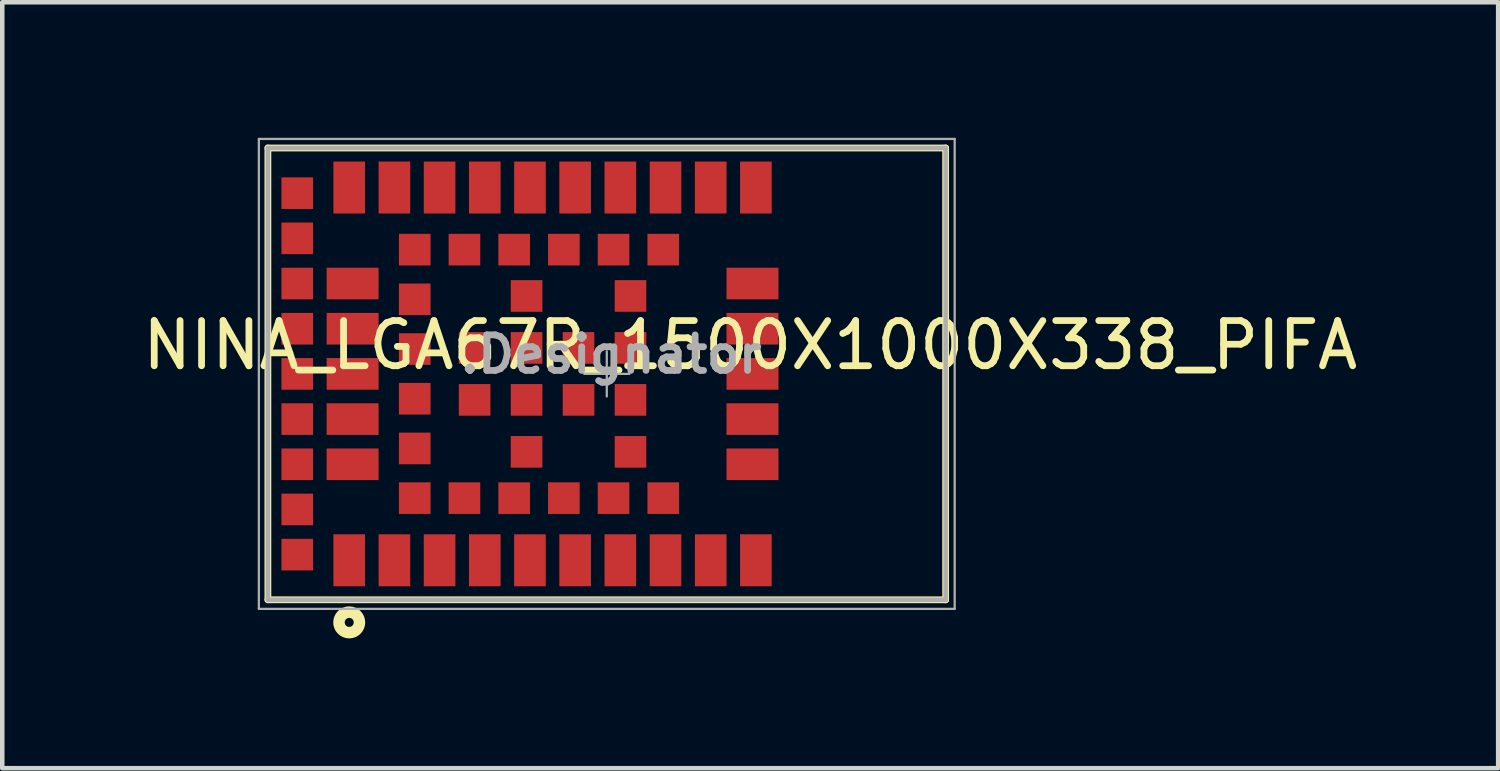
<source format=kicad_pcb>
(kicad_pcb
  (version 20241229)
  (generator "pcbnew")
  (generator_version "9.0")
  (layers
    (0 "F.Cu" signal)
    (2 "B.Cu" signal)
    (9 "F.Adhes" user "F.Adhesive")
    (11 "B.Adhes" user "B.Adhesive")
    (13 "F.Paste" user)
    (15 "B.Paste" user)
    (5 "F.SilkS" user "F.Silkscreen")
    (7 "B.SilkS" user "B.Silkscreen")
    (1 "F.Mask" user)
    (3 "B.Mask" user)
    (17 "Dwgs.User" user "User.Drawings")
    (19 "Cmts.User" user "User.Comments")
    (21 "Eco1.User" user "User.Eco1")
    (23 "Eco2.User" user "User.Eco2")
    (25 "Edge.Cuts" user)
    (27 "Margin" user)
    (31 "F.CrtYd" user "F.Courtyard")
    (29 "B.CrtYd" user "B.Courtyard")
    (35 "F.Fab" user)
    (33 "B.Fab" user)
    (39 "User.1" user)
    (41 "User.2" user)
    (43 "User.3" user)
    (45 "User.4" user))
  (footprint "NINA_LGA67R_1500X1000X338_PIFA"
    (layer "F.Cu")
    (at 10.379 5.225)
    (property "Reference" "NINA_LGA67R_1500X1000X338_PIFA" (at 3.175 -0.635 0) (layer "F.SilkS") (effects (font (size 1 1) (thickness 0.15))))
    (attr smd)
    (fp_line (start -7.5 -5) (end 7.5 -5) (stroke (width 0.15) (type solid)) (layer "F.SilkS"))
    (fp_line (start -7.5 5) (end -7.5 -5) (stroke (width 0.15) (type solid)) (layer "F.SilkS"))
    (fp_line (start -7.5 5) (end 7.5 5) (stroke (width 0.15) (type solid)) (layer "F.SilkS"))
    (fp_line (start 7.5 5) (end 7.5 -5) (stroke (width 0.15) (type solid)) (layer "F.SilkS"))
    (fp_circle (center -5.7 5.5) (end -5.6 5.5) (stroke (width 0.254) (type solid)) (fill no) (layer "F.SilkS"))
    (fp_line (start -7.7 -5.2) (end 7.7 -5.2) (stroke (width 0.05) (type solid)) (layer "F.Fab"))
    (fp_line (start -7.7 5.2) (end -7.7 -5.2) (stroke (width 0.05) (type solid)) (layer "F.Fab"))
    (fp_line (start -7.7 5.2) (end 7.7 5.2) (stroke (width 0.05) (type solid)) (layer "F.Fab"))
    (fp_line (start -7.5 -5) (end 7.5 -5) (stroke (width 0.1) (type solid)) (layer "F.Fab"))
    (fp_line (start -7.5 5) (end -7.5 -5) (stroke (width 0.1) (type solid)) (layer "F.Fab"))
    (fp_line (start -7.5 5) (end 7.5 5) (stroke (width 0.1) (type solid)) (layer "F.Fab"))
    (fp_line (start -0.5 0) (end 0.5 0) (stroke (width 0.05) (type solid)) (layer "F.Fab"))
    (fp_line (start 0 0.5) (end 0 -0.5) (stroke (width 0.05) (type solid)) (layer "F.Fab"))
    (fp_line (start 7.5 5) (end 7.5 -5) (stroke (width 0.1) (type solid)) (layer "F.Fab"))
    (fp_line (start 7.7 5.2) (end 7.7 -5.2) (stroke (width 0.05) (type solid)) (layer "F.Fab"))
    (fp_text user ".Designator" (at 0.1 -0.433 0) (layer "F.Fab") (effects (font (size 0.787 0.787) (thickness 0.15))))
    (pad "1" smd rect (at -5.7 4.125 90) (size 1.15 0.7) (layers "F.Cu" "F.Mask" "F.Paste"))
    (pad "2" smd rect (at -4.7 4.125 90) (size 1.15 0.7) (layers "F.Cu" "F.Mask" "F.Paste"))
    (pad "3" smd rect (at -3.7 4.125 90) (size 1.15 0.7) (layers "F.Cu" "F.Mask" "F.Paste"))
    (pad "4" smd rect (at -2.7 4.125 90) (size 1.15 0.7) (layers "F.Cu" "F.Mask" "F.Paste"))
    (pad "5" smd rect (at -1.7 4.125 90) (size 1.15 0.7) (layers "F.Cu" "F.Mask" "F.Paste"))
    (pad "6" smd rect (at -0.7 4.125 90) (size 1.15 0.7) (layers "F.Cu" "F.Mask" "F.Paste"))
    (pad "7" smd rect (at 0.3 4.125 90) (size 1.15 0.7) (layers "F.Cu" "F.Mask" "F.Paste"))
    (pad "8" smd rect (at 1.3 4.125 90) (size 1.15 0.7) (layers "F.Cu" "F.Mask" "F.Paste"))
    (pad "9" smd rect (at 2.3 4.125 90) (size 1.15 0.7) (layers "F.Cu" "F.Mask" "F.Paste"))
    (pad "10" smd rect (at 3.3 4.125 90) (size 1.15 0.7) (layers "F.Cu" "F.Mask" "F.Paste"))
    (pad "11" smd rect (at 3.225 2) (size 1.15 0.7) (layers "F.Cu" "F.Mask" "F.Paste"))
    (pad "12" smd rect (at 3.225 1) (size 1.15 0.7) (layers "F.Cu" "F.Mask" "F.Paste"))
    (pad "13" smd rect (at 3.225 0.000003) (size 1.15 0.7) (layers "F.Cu" "F.Mask" "F.Paste"))
    (pad "14" smd rect (at 3.225 -1) (size 1.15 0.7) (layers "F.Cu" "F.Mask" "F.Paste"))
    (pad "15" smd rect (at 3.225 -2) (size 1.15 0.7) (layers "F.Cu" "F.Mask" "F.Paste"))
    (pad "16" smd rect (at 3.3 -4.125 90) (size 1.15 0.7) (layers "F.Cu" "F.Mask" "F.Paste"))
    (pad "17" smd rect (at 2.3 -4.125 90) (size 1.15 0.7) (layers "F.Cu" "F.Mask" "F.Paste"))
    (pad "18" smd rect (at 1.3 -4.125 90) (size 1.15 0.7) (layers "F.Cu" "F.Mask" "F.Paste"))
    (pad "19" smd rect (at 0.3 -4.125 90) (size 1.15 0.7) (layers "F.Cu" "F.Mask" "F.Paste"))
    (pad "20" smd rect (at -0.7 -4.125 90) (size 1.15 0.7) (layers "F.Cu" "F.Mask" "F.Paste"))
    (pad "21" smd rect (at -1.7 -4.125 90) (size 1.15 0.7) (layers "F.Cu" "F.Mask" "F.Paste"))
    (pad "22" smd rect (at -2.7 -4.125 90) (size 1.15 0.7) (layers "F.Cu" "F.Mask" "F.Paste"))
    (pad "23" smd rect (at -3.7 -4.125 90) (size 1.15 0.7) (layers "F.Cu" "F.Mask" "F.Paste"))
    (pad "24" smd rect (at -4.7 -4.125 90) (size 1.15 0.7) (layers "F.Cu" "F.Mask" "F.Paste"))
    (pad "25" smd rect (at -5.7 -4.125 90) (size 1.15 0.7) (layers "F.Cu" "F.Mask" "F.Paste"))
    (pad "26" smd rect (at -5.625 -2) (size 1.15 0.7) (layers "F.Cu" "F.Mask" "F.Paste"))
    (pad "27" smd rect (at -5.625 -1) (size 1.15 0.7) (layers "F.Cu" "F.Mask" "F.Paste"))
    (pad "28" smd rect (at -5.625 0.000003) (size 1.15 0.7) (layers "F.Cu" "F.Mask" "F.Paste"))
    (pad "29" smd rect (at -5.625 1) (size 1.15 0.7) (layers "F.Cu" "F.Mask" "F.Paste"))
    (pad "30" smd rect (at -5.625 2) (size 1.15 0.7) (layers "F.Cu" "F.Mask" "F.Paste"))
    (pad "31" smd rect (at -4.25 2.75) (size 0.7 0.7) (layers "F.Cu" "F.Mask" "F.Paste"))
    (pad "32" smd rect (at -3.15 2.75) (size 0.7 0.7) (layers "F.Cu" "F.Mask" "F.Paste"))
    (pad "33" smd rect (at -2.05 2.75) (size 0.7 0.7) (layers "F.Cu" "F.Mask" "F.Paste"))
    (pad "34" smd rect (at -0.95 2.75) (size 0.7 0.7) (layers "F.Cu" "F.Mask" "F.Paste"))
    (pad "35" smd rect (at 0.15 2.75) (size 0.7 0.7) (layers "F.Cu" "F.Mask" "F.Paste"))
    (pad "36" smd rect (at 1.25 2.75) (size 0.7 0.7) (layers "F.Cu" "F.Mask" "F.Paste"))
    (pad "37" smd rect (at 1.25 -2.75) (size 0.7 0.7) (layers "F.Cu" "F.Mask" "F.Paste"))
    (pad "38" smd rect (at 0.15 -2.75) (size 0.7 0.7) (layers "F.Cu" "F.Mask" "F.Paste"))
    (pad "39" smd rect (at -0.95 -2.75) (size 0.7 0.7) (layers "F.Cu" "F.Mask" "F.Paste"))
    (pad "40" smd rect (at -2.05 -2.75) (size 0.7 0.7) (layers "F.Cu" "F.Mask" "F.Paste"))
    (pad "41" smd rect (at -3.15 -2.75) (size 0.7 0.7) (layers "F.Cu" "F.Mask" "F.Paste"))
    (pad "42" smd rect (at -4.25 -2.75) (size 0.7 0.7) (layers "F.Cu" "F.Mask" "F.Paste"))
    (pad "43" smd rect (at -4.25 -1.65) (size 0.7 0.7) (layers "F.Cu" "F.Mask" "F.Paste"))
    (pad "44" smd rect (at -4.25 -0.55) (size 0.7 0.7) (layers "F.Cu" "F.Mask" "F.Paste"))
    (pad "45" smd rect (at -4.25 0.55) (size 0.7 0.7) (layers "F.Cu" "F.Mask" "F.Paste"))
    (pad "46" smd rect (at -4.25 1.65) (size 0.7 0.7) (layers "F.Cu" "F.Mask" "F.Paste"))
    (pad "47" smd rect (at -6.85 -4) (size 0.7 0.7) (layers "F.Cu" "F.Mask" "F.Paste"))
    (pad "48" smd rect (at -6.85 -3) (size 0.7 0.7) (layers "F.Cu" "F.Mask" "F.Paste"))
    (pad "49" smd rect (at -6.85 -2) (size 0.7 0.7) (layers "F.Cu" "F.Mask" "F.Paste"))
    (pad "50" smd rect (at -6.85 -1) (size 0.7 0.7) (layers "F.Cu" "F.Mask" "F.Paste"))
    (pad "51" smd rect (at -6.85 0) (size 0.7 0.7) (layers "F.Cu" "F.Mask" "F.Paste"))
    (pad "52" smd rect (at -6.85 1) (size 0.7 0.7) (layers "F.Cu" "F.Mask" "F.Paste"))
    (pad "53" smd rect (at -6.85 2) (size 0.7 0.7) (layers "F.Cu" "F.Mask" "F.Paste"))
    (pad "54" smd rect (at -6.85 3) (size 0.7 0.7) (layers "F.Cu" "F.Mask" "F.Paste"))
    (pad "55" smd rect (at -6.85 4) (size 0.7 0.7) (layers "F.Cu" "F.Mask" "F.Paste"))
    (pad "56" smd rect (at -2.925 0.575 90) (size 0.7 0.7) (layers "F.Cu" "F.Mask" "F.Paste"))
    (pad "57" smd rect (at -2.925 -0.575 90) (size 0.7 0.7) (layers "F.Cu" "F.Mask" "F.Paste"))
    (pad "58" smd rect (at -1.775 1.725 90) (size 0.7 0.7) (layers "F.Cu" "F.Mask" "F.Paste"))
    (pad "59" smd rect (at -1.775 0.575 90) (size 0.7 0.7) (layers "F.Cu" "F.Mask" "F.Paste"))
    (pad "60" smd rect (at -1.775 -0.575 90) (size 0.7 0.7) (layers "F.Cu" "F.Mask" "F.Paste"))
    (pad "61" smd rect (at -1.775 -1.725 90) (size 0.7 0.7) (layers "F.Cu" "F.Mask" "F.Paste"))
    (pad "62" smd rect (at -0.625 0.575 90) (size 0.7 0.7) (layers "F.Cu" "F.Mask" "F.Paste"))
    (pad "63" smd rect (at -0.625 -0.575 90) (size 0.7 0.7) (layers "F.Cu" "F.Mask" "F.Paste"))
    (pad "64" smd rect (at 0.525 1.725 90) (size 0.7 0.7) (layers "F.Cu" "F.Mask" "F.Paste"))
    (pad "65" smd rect (at 0.525 0.575 90) (size 0.7 0.7) (layers "F.Cu" "F.Mask" "F.Paste"))
    (pad "66" smd rect (at 0.525 -0.575 90) (size 0.7 0.7) (layers "F.Cu" "F.Mask" "F.Paste"))
    (pad "67" smd rect (at 0.525 -1.725 90) (size 0.7 0.7) (layers "F.Cu" "F.Mask" "F.Paste")))
  (gr_rect
    (start -3 -3)
    (end 30.107 13.952)
    (stroke (width 0.1) (type default))
    (fill no)
    (layer "Edge.Cuts")))
</source>
